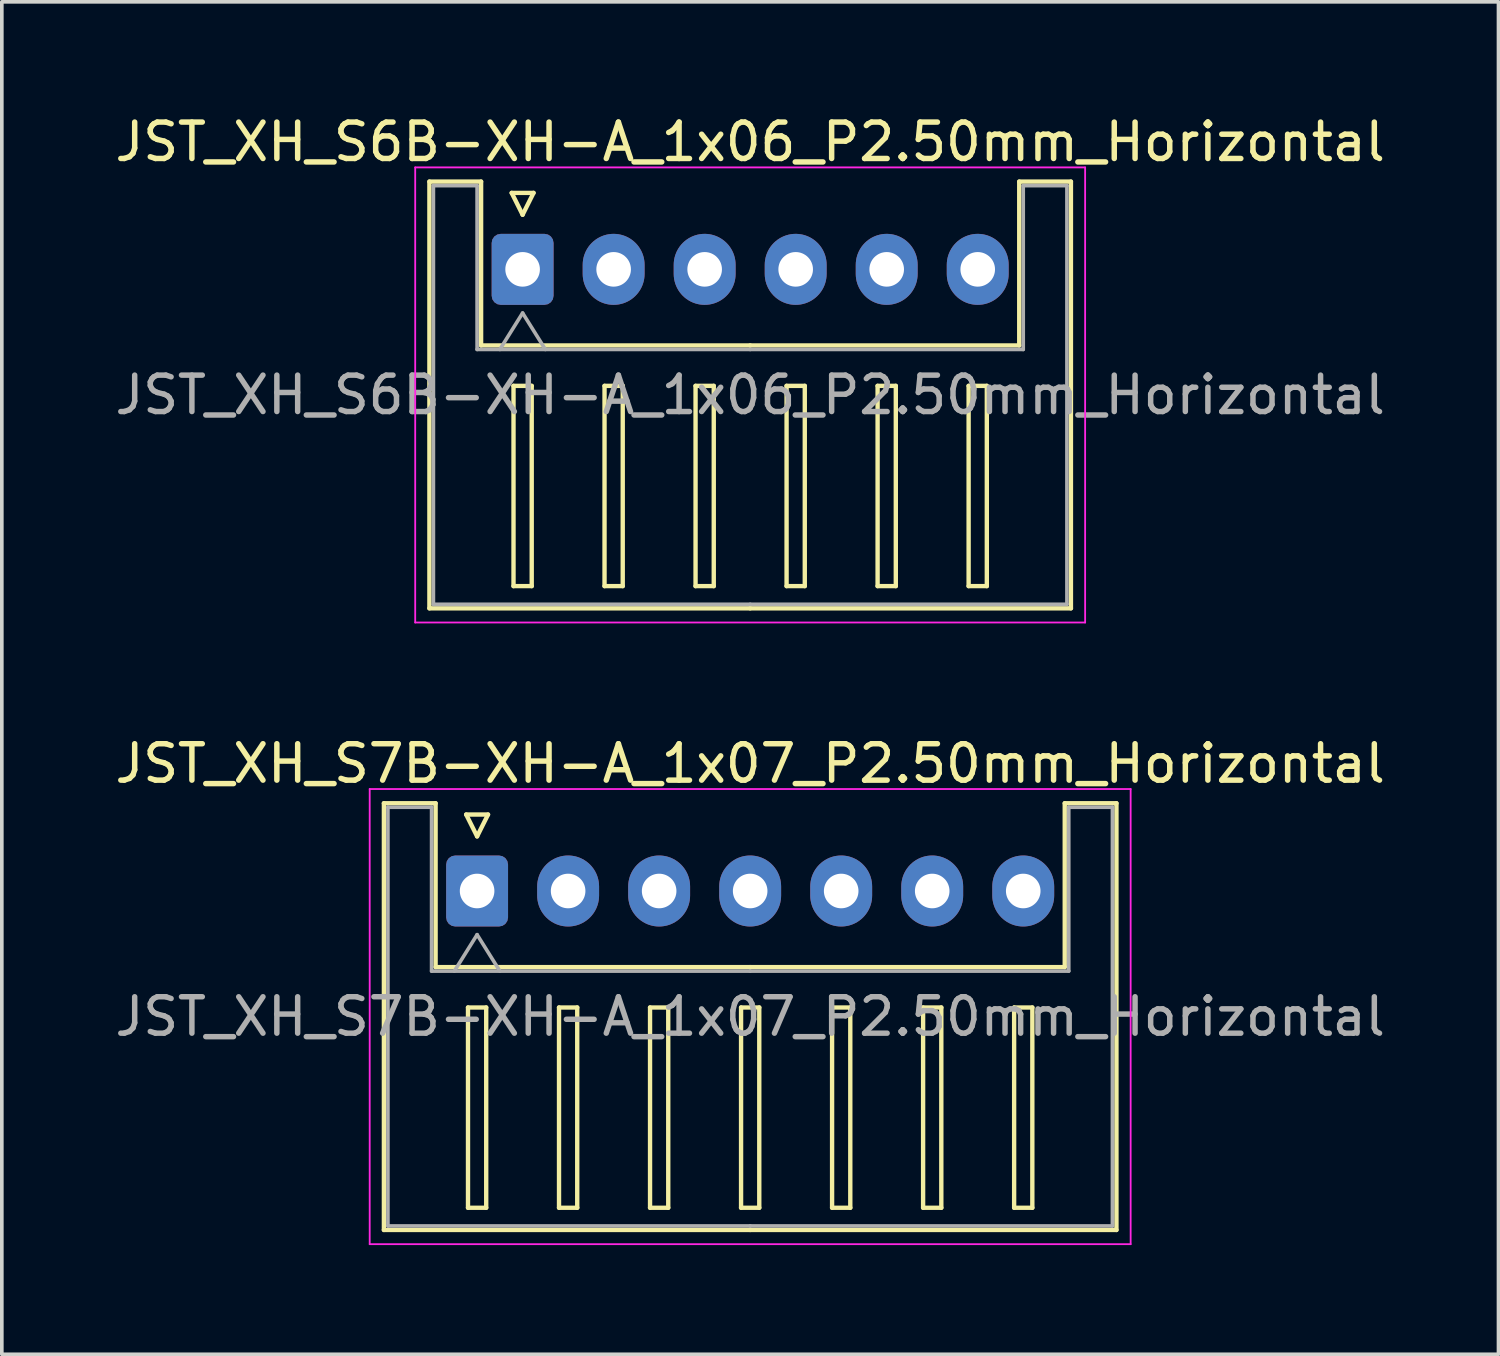
<source format=kicad_pcb>
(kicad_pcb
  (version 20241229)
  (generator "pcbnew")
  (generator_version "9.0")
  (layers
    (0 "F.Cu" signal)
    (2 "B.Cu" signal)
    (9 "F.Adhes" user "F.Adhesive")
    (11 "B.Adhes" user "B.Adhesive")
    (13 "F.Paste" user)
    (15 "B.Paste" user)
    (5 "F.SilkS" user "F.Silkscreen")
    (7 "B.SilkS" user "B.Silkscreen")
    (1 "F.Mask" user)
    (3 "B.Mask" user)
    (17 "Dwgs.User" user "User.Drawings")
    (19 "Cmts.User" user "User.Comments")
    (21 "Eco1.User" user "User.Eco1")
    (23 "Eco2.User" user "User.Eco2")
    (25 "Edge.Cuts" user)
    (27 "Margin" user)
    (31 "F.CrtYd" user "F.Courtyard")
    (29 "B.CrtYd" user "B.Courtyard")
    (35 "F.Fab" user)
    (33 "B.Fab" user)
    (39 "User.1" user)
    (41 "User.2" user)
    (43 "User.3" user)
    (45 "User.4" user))
  (footprint "JST_XH_S7B-XH-A_1x07_P2.50mm_Horizontal"
    (layer "F.Cu")
    (at 10.054 21.422)
    (property "Reference" "JST_XH_S7B-XH-A_1x07_P2.50mm_Horizontal" (at 7.5 -3.5 0) (layer "F.SilkS") (effects (font (size 1 1) (thickness 0.15))))
    (attr through_hole)
    (fp_line (start -2.56 -2.41) (end -1.14 -2.41) (stroke (width 0.12) (type solid)) (layer "F.SilkS"))
    (fp_line (start -2.56 9.31) (end -2.56 -2.41) (stroke (width 0.12) (type solid)) (layer "F.SilkS"))
    (fp_line (start -1.14 -2.41) (end -1.14 2.09) (stroke (width 0.12) (type solid)) (layer "F.SilkS"))
    (fp_line (start -1.14 2.09) (end 7.5 2.09) (stroke (width 0.12) (type solid)) (layer "F.SilkS"))
    (fp_line (start -0.3 -2.1) (end 0.3 -2.1) (stroke (width 0.12) (type solid)) (layer "F.SilkS"))
    (fp_line (start -0.25 3.2) (end -0.25 8.7) (stroke (width 0.12) (type solid)) (layer "F.SilkS"))
    (fp_line (start -0.25 8.7) (end 0.25 8.7) (stroke (width 0.12) (type solid)) (layer "F.SilkS"))
    (fp_line (start 0 -1.5) (end -0.3 -2.1) (stroke (width 0.12) (type solid)) (layer "F.SilkS"))
    (fp_line (start 0.25 3.2) (end -0.25 3.2) (stroke (width 0.12) (type solid)) (layer "F.SilkS"))
    (fp_line (start 0.25 8.7) (end 0.25 3.2) (stroke (width 0.12) (type solid)) (layer "F.SilkS"))
    (fp_line (start 0.3 -2.1) (end 0 -1.5) (stroke (width 0.12) (type solid)) (layer "F.SilkS"))
    (fp_line (start 2.25 3.2) (end 2.25 8.7) (stroke (width 0.12) (type solid)) (layer "F.SilkS"))
    (fp_line (start 2.25 8.7) (end 2.75 8.7) (stroke (width 0.12) (type solid)) (layer "F.SilkS"))
    (fp_line (start 2.75 3.2) (end 2.25 3.2) (stroke (width 0.12) (type solid)) (layer "F.SilkS"))
    (fp_line (start 2.75 8.7) (end 2.75 3.2) (stroke (width 0.12) (type solid)) (layer "F.SilkS"))
    (fp_line (start 4.75 3.2) (end 4.75 8.7) (stroke (width 0.12) (type solid)) (layer "F.SilkS"))
    (fp_line (start 4.75 8.7) (end 5.25 8.7) (stroke (width 0.12) (type solid)) (layer "F.SilkS"))
    (fp_line (start 5.25 3.2) (end 4.75 3.2) (stroke (width 0.12) (type solid)) (layer "F.SilkS"))
    (fp_line (start 5.25 8.7) (end 5.25 3.2) (stroke (width 0.12) (type solid)) (layer "F.SilkS"))
    (fp_line (start 7.25 3.2) (end 7.25 8.7) (stroke (width 0.12) (type solid)) (layer "F.SilkS"))
    (fp_line (start 7.25 8.7) (end 7.75 8.7) (stroke (width 0.12) (type solid)) (layer "F.SilkS"))
    (fp_line (start 7.5 9.31) (end -2.56 9.31) (stroke (width 0.12) (type solid)) (layer "F.SilkS"))
    (fp_line (start 7.5 9.31) (end 17.56 9.31) (stroke (width 0.12) (type solid)) (layer "F.SilkS"))
    (fp_line (start 7.75 3.2) (end 7.25 3.2) (stroke (width 0.12) (type solid)) (layer "F.SilkS"))
    (fp_line (start 7.75 8.7) (end 7.75 3.2) (stroke (width 0.12) (type solid)) (layer "F.SilkS"))
    (fp_line (start 9.75 3.2) (end 9.75 8.7) (stroke (width 0.12) (type solid)) (layer "F.SilkS"))
    (fp_line (start 9.75 8.7) (end 10.25 8.7) (stroke (width 0.12) (type solid)) (layer "F.SilkS"))
    (fp_line (start 10.25 3.2) (end 9.75 3.2) (stroke (width 0.12) (type solid)) (layer "F.SilkS"))
    (fp_line (start 10.25 8.7) (end 10.25 3.2) (stroke (width 0.12) (type solid)) (layer "F.SilkS"))
    (fp_line (start 12.25 3.2) (end 12.25 8.7) (stroke (width 0.12) (type solid)) (layer "F.SilkS"))
    (fp_line (start 12.25 8.7) (end 12.75 8.7) (stroke (width 0.12) (type solid)) (layer "F.SilkS"))
    (fp_line (start 12.75 3.2) (end 12.25 3.2) (stroke (width 0.12) (type solid)) (layer "F.SilkS"))
    (fp_line (start 12.75 8.7) (end 12.75 3.2) (stroke (width 0.12) (type solid)) (layer "F.SilkS"))
    (fp_line (start 14.75 3.2) (end 14.75 8.7) (stroke (width 0.12) (type solid)) (layer "F.SilkS"))
    (fp_line (start 14.75 8.7) (end 15.25 8.7) (stroke (width 0.12) (type solid)) (layer "F.SilkS"))
    (fp_line (start 15.25 3.2) (end 14.75 3.2) (stroke (width 0.12) (type solid)) (layer "F.SilkS"))
    (fp_line (start 15.25 8.7) (end 15.25 3.2) (stroke (width 0.12) (type solid)) (layer "F.SilkS"))
    (fp_line (start 16.14 -2.41) (end 16.14 2.09) (stroke (width 0.12) (type solid)) (layer "F.SilkS"))
    (fp_line (start 16.14 2.09) (end 7.5 2.09) (stroke (width 0.12) (type solid)) (layer "F.SilkS"))
    (fp_line (start 17.56 -2.41) (end 16.14 -2.41) (stroke (width 0.12) (type solid)) (layer "F.SilkS"))
    (fp_line (start 17.56 9.31) (end 17.56 -2.41) (stroke (width 0.12) (type solid)) (layer "F.SilkS"))
    (fp_line (start -2.95 -2.8) (end -2.95 9.7) (stroke (width 0.05) (type solid)) (layer "F.CrtYd"))
    (fp_line (start -2.95 9.7) (end 17.95 9.7) (stroke (width 0.05) (type solid)) (layer "F.CrtYd"))
    (fp_line (start 17.95 -2.8) (end -2.95 -2.8) (stroke (width 0.05) (type solid)) (layer "F.CrtYd"))
    (fp_line (start 17.95 9.7) (end 17.95 -2.8) (stroke (width 0.05) (type solid)) (layer "F.CrtYd"))
    (fp_line (start -2.45 -2.3) (end -1.25 -2.3) (stroke (width 0.1) (type solid)) (layer "F.Fab"))
    (fp_line (start -2.45 9.2) (end -2.45 -2.3) (stroke (width 0.1) (type solid)) (layer "F.Fab"))
    (fp_line (start -1.25 -2.3) (end -1.25 2.2) (stroke (width 0.1) (type solid)) (layer "F.Fab"))
    (fp_line (start -1.25 2.2) (end 7.5 2.2) (stroke (width 0.1) (type solid)) (layer "F.Fab"))
    (fp_line (start -0.625 2.2) (end 0 1.2) (stroke (width 0.1) (type solid)) (layer "F.Fab"))
    (fp_line (start 0 1.2) (end 0.625 2.2) (stroke (width 0.1) (type solid)) (layer "F.Fab"))
    (fp_line (start 7.5 9.2) (end -2.45 9.2) (stroke (width 0.1) (type solid)) (layer "F.Fab"))
    (fp_line (start 7.5 9.2) (end 17.45 9.2) (stroke (width 0.1) (type solid)) (layer "F.Fab"))
    (fp_line (start 16.25 -2.3) (end 16.25 2.2) (stroke (width 0.1) (type solid)) (layer "F.Fab"))
    (fp_line (start 16.25 2.2) (end 7.5 2.2) (stroke (width 0.1) (type solid)) (layer "F.Fab"))
    (fp_line (start 17.45 -2.3) (end 16.25 -2.3) (stroke (width 0.1) (type solid)) (layer "F.Fab"))
    (fp_line (start 17.45 9.2) (end 17.45 -2.3) (stroke (width 0.1) (type solid)) (layer "F.Fab"))
    (fp_text user "${REFERENCE}" (at 7.5 3.45 0) (layer "F.Fab") (effects (font (size 1 1) (thickness 0.15))))
    (pad "1" thru_hole roundrect (at 0 0) (size 1.7 1.95) (drill 0.95) (layers "*.Cu" "*.Mask") (roundrect_rratio 0.147))
    (pad "2" thru_hole oval (at 2.5 0) (size 1.7 1.95) (drill 0.95) (layers "*.Cu" "*.Mask"))
    (pad "3" thru_hole oval (at 5 0) (size 1.7 1.95) (drill 0.95) (layers "*.Cu" "*.Mask"))
    (pad "4" thru_hole oval (at 7.5 0) (size 1.7 1.95) (drill 0.95) (layers "*.Cu" "*.Mask"))
    (pad "5" thru_hole oval (at 10 0) (size 1.7 1.95) (drill 0.95) (layers "*.Cu" "*.Mask"))
    (pad "6" thru_hole oval (at 12.5 0) (size 1.7 1.95) (drill 0.95) (layers "*.Cu" "*.Mask"))
    (pad "7" thru_hole oval (at 15 0) (size 1.7 1.95) (drill 0.95) (layers "*.Cu" "*.Mask")))
  (footprint "JST_XH_S6B-XH-A_1x06_P2.50mm_Horizontal"
    (layer "F.Cu")
    (at 11.304 4.348)
    (property "Reference" "JST_XH_S6B-XH-A_1x06_P2.50mm_Horizontal" (at 6.25 -3.5 0) (layer "F.SilkS") (effects (font (size 1 1) (thickness 0.15))))
    (attr through_hole)
    (fp_line (start -2.56 -2.41) (end -1.14 -2.41) (stroke (width 0.12) (type solid)) (layer "F.SilkS"))
    (fp_line (start -2.56 9.31) (end -2.56 -2.41) (stroke (width 0.12) (type solid)) (layer "F.SilkS"))
    (fp_line (start -1.14 -2.41) (end -1.14 2.09) (stroke (width 0.12) (type solid)) (layer "F.SilkS"))
    (fp_line (start -1.14 2.09) (end 6.25 2.09) (stroke (width 0.12) (type solid)) (layer "F.SilkS"))
    (fp_line (start -0.3 -2.1) (end 0.3 -2.1) (stroke (width 0.12) (type solid)) (layer "F.SilkS"))
    (fp_line (start -0.25 3.2) (end -0.25 8.7) (stroke (width 0.12) (type solid)) (layer "F.SilkS"))
    (fp_line (start -0.25 8.7) (end 0.25 8.7) (stroke (width 0.12) (type solid)) (layer "F.SilkS"))
    (fp_line (start 0 -1.5) (end -0.3 -2.1) (stroke (width 0.12) (type solid)) (layer "F.SilkS"))
    (fp_line (start 0.25 3.2) (end -0.25 3.2) (stroke (width 0.12) (type solid)) (layer "F.SilkS"))
    (fp_line (start 0.25 8.7) (end 0.25 3.2) (stroke (width 0.12) (type solid)) (layer "F.SilkS"))
    (fp_line (start 0.3 -2.1) (end 0 -1.5) (stroke (width 0.12) (type solid)) (layer "F.SilkS"))
    (fp_line (start 2.25 3.2) (end 2.25 8.7) (stroke (width 0.12) (type solid)) (layer "F.SilkS"))
    (fp_line (start 2.25 8.7) (end 2.75 8.7) (stroke (width 0.12) (type solid)) (layer "F.SilkS"))
    (fp_line (start 2.75 3.2) (end 2.25 3.2) (stroke (width 0.12) (type solid)) (layer "F.SilkS"))
    (fp_line (start 2.75 8.7) (end 2.75 3.2) (stroke (width 0.12) (type solid)) (layer "F.SilkS"))
    (fp_line (start 4.75 3.2) (end 4.75 8.7) (stroke (width 0.12) (type solid)) (layer "F.SilkS"))
    (fp_line (start 4.75 8.7) (end 5.25 8.7) (stroke (width 0.12) (type solid)) (layer "F.SilkS"))
    (fp_line (start 5.25 3.2) (end 4.75 3.2) (stroke (width 0.12) (type solid)) (layer "F.SilkS"))
    (fp_line (start 5.25 8.7) (end 5.25 3.2) (stroke (width 0.12) (type solid)) (layer "F.SilkS"))
    (fp_line (start 6.25 9.31) (end -2.56 9.31) (stroke (width 0.12) (type solid)) (layer "F.SilkS"))
    (fp_line (start 6.25 9.31) (end 15.06 9.31) (stroke (width 0.12) (type solid)) (layer "F.SilkS"))
    (fp_line (start 7.25 3.2) (end 7.25 8.7) (stroke (width 0.12) (type solid)) (layer "F.SilkS"))
    (fp_line (start 7.25 8.7) (end 7.75 8.7) (stroke (width 0.12) (type solid)) (layer "F.SilkS"))
    (fp_line (start 7.75 3.2) (end 7.25 3.2) (stroke (width 0.12) (type solid)) (layer "F.SilkS"))
    (fp_line (start 7.75 8.7) (end 7.75 3.2) (stroke (width 0.12) (type solid)) (layer "F.SilkS"))
    (fp_line (start 9.75 3.2) (end 9.75 8.7) (stroke (width 0.12) (type solid)) (layer "F.SilkS"))
    (fp_line (start 9.75 8.7) (end 10.25 8.7) (stroke (width 0.12) (type solid)) (layer "F.SilkS"))
    (fp_line (start 10.25 3.2) (end 9.75 3.2) (stroke (width 0.12) (type solid)) (layer "F.SilkS"))
    (fp_line (start 10.25 8.7) (end 10.25 3.2) (stroke (width 0.12) (type solid)) (layer "F.SilkS"))
    (fp_line (start 12.25 3.2) (end 12.25 8.7) (stroke (width 0.12) (type solid)) (layer "F.SilkS"))
    (fp_line (start 12.25 8.7) (end 12.75 8.7) (stroke (width 0.12) (type solid)) (layer "F.SilkS"))
    (fp_line (start 12.75 3.2) (end 12.25 3.2) (stroke (width 0.12) (type solid)) (layer "F.SilkS"))
    (fp_line (start 12.75 8.7) (end 12.75 3.2) (stroke (width 0.12) (type solid)) (layer "F.SilkS"))
    (fp_line (start 13.64 -2.41) (end 13.64 2.09) (stroke (width 0.12) (type solid)) (layer "F.SilkS"))
    (fp_line (start 13.64 2.09) (end 6.25 2.09) (stroke (width 0.12) (type solid)) (layer "F.SilkS"))
    (fp_line (start 15.06 -2.41) (end 13.64 -2.41) (stroke (width 0.12) (type solid)) (layer "F.SilkS"))
    (fp_line (start 15.06 9.31) (end 15.06 -2.41) (stroke (width 0.12) (type solid)) (layer "F.SilkS"))
    (fp_line (start -2.95 -2.8) (end -2.95 9.7) (stroke (width 0.05) (type solid)) (layer "F.CrtYd"))
    (fp_line (start -2.95 9.7) (end 15.45 9.7) (stroke (width 0.05) (type solid)) (layer "F.CrtYd"))
    (fp_line (start 15.45 -2.8) (end -2.95 -2.8) (stroke (width 0.05) (type solid)) (layer "F.CrtYd"))
    (fp_line (start 15.45 9.7) (end 15.45 -2.8) (stroke (width 0.05) (type solid)) (layer "F.CrtYd"))
    (fp_line (start -2.45 -2.3) (end -1.25 -2.3) (stroke (width 0.1) (type solid)) (layer "F.Fab"))
    (fp_line (start -2.45 9.2) (end -2.45 -2.3) (stroke (width 0.1) (type solid)) (layer "F.Fab"))
    (fp_line (start -1.25 -2.3) (end -1.25 2.2) (stroke (width 0.1) (type solid)) (layer "F.Fab"))
    (fp_line (start -1.25 2.2) (end 6.25 2.2) (stroke (width 0.1) (type solid)) (layer "F.Fab"))
    (fp_line (start -0.625 2.2) (end 0 1.2) (stroke (width 0.1) (type solid)) (layer "F.Fab"))
    (fp_line (start 0 1.2) (end 0.625 2.2) (stroke (width 0.1) (type solid)) (layer "F.Fab"))
    (fp_line (start 6.25 9.2) (end -2.45 9.2) (stroke (width 0.1) (type solid)) (layer "F.Fab"))
    (fp_line (start 6.25 9.2) (end 14.95 9.2) (stroke (width 0.1) (type solid)) (layer "F.Fab"))
    (fp_line (start 13.75 -2.3) (end 13.75 2.2) (stroke (width 0.1) (type solid)) (layer "F.Fab"))
    (fp_line (start 13.75 2.2) (end 6.25 2.2) (stroke (width 0.1) (type solid)) (layer "F.Fab"))
    (fp_line (start 14.95 -2.3) (end 13.75 -2.3) (stroke (width 0.1) (type solid)) (layer "F.Fab"))
    (fp_line (start 14.95 9.2) (end 14.95 -2.3) (stroke (width 0.1) (type solid)) (layer "F.Fab"))
    (fp_text user "${REFERENCE}" (at 6.25 3.45 0) (layer "F.Fab") (effects (font (size 1 1) (thickness 0.15))))
    (pad "1" thru_hole roundrect (at 0 0) (size 1.7 1.95) (drill 0.95) (layers "*.Cu" "*.Mask") (roundrect_rratio 0.147))
    (pad "2" thru_hole oval (at 2.5 0) (size 1.7 1.95) (drill 0.95) (layers "*.Cu" "*.Mask"))
    (pad "3" thru_hole oval (at 5 0) (size 1.7 1.95) (drill 0.95) (layers "*.Cu" "*.Mask"))
    (pad "4" thru_hole oval (at 7.5 0) (size 1.7 1.95) (drill 0.95) (layers "*.Cu" "*.Mask"))
    (pad "5" thru_hole oval (at 10 0) (size 1.7 1.95) (drill 0.95) (layers "*.Cu" "*.Mask"))
    (pad "6" thru_hole oval (at 12.5 0) (size 1.7 1.95) (drill 0.95) (layers "*.Cu" "*.Mask")))
  (gr_rect
    (start -3 -3)
    (end 38.107 34.147)
    (stroke (width 0.1) (type default))
    (fill no)
    (layer "Edge.Cuts")))
</source>
